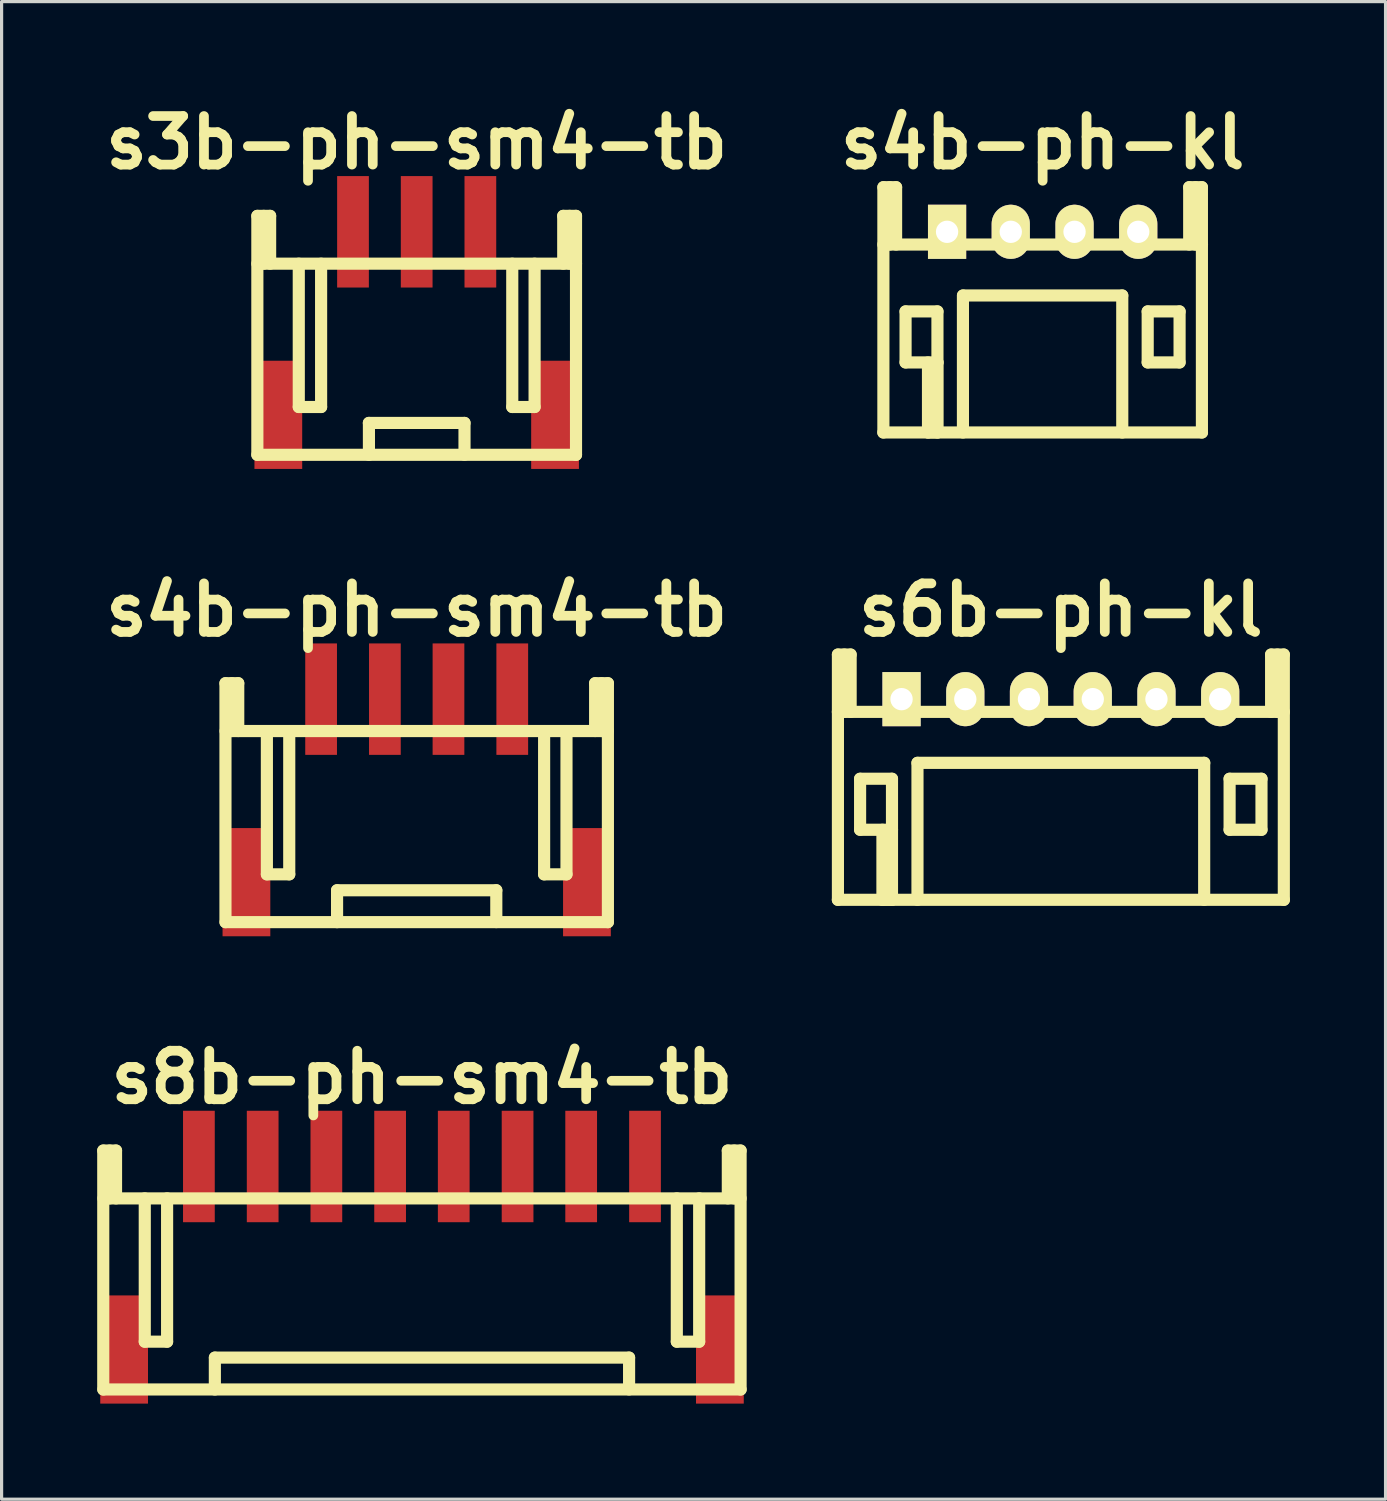
<source format=kicad_pcb>
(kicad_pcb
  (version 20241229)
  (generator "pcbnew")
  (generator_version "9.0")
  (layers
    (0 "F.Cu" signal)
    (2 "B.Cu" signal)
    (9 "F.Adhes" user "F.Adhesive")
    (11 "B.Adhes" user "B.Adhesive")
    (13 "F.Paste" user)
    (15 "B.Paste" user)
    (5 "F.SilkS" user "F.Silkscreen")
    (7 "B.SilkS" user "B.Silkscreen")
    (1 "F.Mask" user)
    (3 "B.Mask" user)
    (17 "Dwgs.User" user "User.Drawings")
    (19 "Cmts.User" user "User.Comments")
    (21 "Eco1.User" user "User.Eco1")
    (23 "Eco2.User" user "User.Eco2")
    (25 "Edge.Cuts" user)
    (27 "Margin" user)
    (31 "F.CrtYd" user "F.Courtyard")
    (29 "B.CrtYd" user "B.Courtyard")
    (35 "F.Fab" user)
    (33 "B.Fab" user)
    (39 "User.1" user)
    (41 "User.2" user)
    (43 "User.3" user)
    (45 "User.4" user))
  (footprint "s3b-ph-sm4-tb"
    (layer "F.Cu")
    (at 10.029 4.226)
    (property "Reference" "s3b-ph-sm4-tb" (at 0 -2.799 0) (layer "F.SilkS") (effects (font (size 1.524 1.524) (thickness 0.305))))
    (attr smd)
    (fp_line (start -5.001 1.001) (end 5.001 1.001) (stroke (width 0.381) (type solid)) (layer "F.SilkS"))
    (fp_line (start -5.001 7) (end -5.001 -0.5) (stroke (width 0.381) (type solid)) (layer "F.SilkS"))
    (fp_line (start -5.001 7) (end 5.001 7) (stroke (width 0.381) (type solid)) (layer "F.SilkS"))
    (fp_line (start -4.801 -0.5) (end -4.801 1.001) (stroke (width 0.381) (type solid)) (layer "F.SilkS"))
    (fp_line (start -4.6 -0.5) (end -5.001 -0.5) (stroke (width 0.381) (type solid)) (layer "F.SilkS"))
    (fp_line (start -4.6 1.001) (end -4.6 -0.5) (stroke (width 0.381) (type solid)) (layer "F.SilkS"))
    (fp_line (start -3.701 5.499) (end -3.701 1.001) (stroke (width 0.381) (type solid)) (layer "F.SilkS"))
    (fp_line (start -3 1.001) (end -3 5.499) (stroke (width 0.381) (type solid)) (layer "F.SilkS"))
    (fp_line (start -3 5.499) (end -3.701 5.499) (stroke (width 0.381) (type solid)) (layer "F.SilkS"))
    (fp_line (start -1.499 7) (end -1.499 5.999) (stroke (width 0.381) (type solid)) (layer "F.SilkS"))
    (fp_line (start 1.501 5.999) (end -1.501 5.999) (stroke (width 0.381) (type solid)) (layer "F.SilkS"))
    (fp_line (start 1.501 5.999) (end 1.501 6.998) (stroke (width 0.381) (type solid)) (layer "F.SilkS"))
    (fp_line (start 3 1.001) (end 3 5.499) (stroke (width 0.381) (type solid)) (layer "F.SilkS"))
    (fp_line (start 3 5.499) (end 3.701 5.499) (stroke (width 0.381) (type solid)) (layer "F.SilkS"))
    (fp_line (start 3.701 5.499) (end 3.701 1.001) (stroke (width 0.381) (type solid)) (layer "F.SilkS"))
    (fp_line (start 4.6 -0.5) (end 4.6 1.001) (stroke (width 0.381) (type solid)) (layer "F.SilkS"))
    (fp_line (start 4.801 1.001) (end 4.801 -0.5) (stroke (width 0.381) (type solid)) (layer "F.SilkS"))
    (fp_line (start 5.001 -0.5) (end 4.6 -0.5) (stroke (width 0.381) (type solid)) (layer "F.SilkS"))
    (fp_line (start 5.001 -0.5) (end 5.001 7) (stroke (width 0.381) (type solid)) (layer "F.SilkS"))
    (pad "" smd rect (at -4.343 5.745) (size 1.499 3.396) (layers "F.Cu" "F.Mask" "F.Paste"))
    (pad "" smd rect (at 4.343 5.745) (size 1.499 3.396) (layers "F.Cu" "F.Mask" "F.Paste"))
    (pad "1" smd rect (at -1.999 0) (size 0.996 3.498) (layers "F.Cu" "F.Mask" "F.Paste"))
    (pad "2" smd rect (at 0 0) (size 0.996 3.498) (layers "F.Cu" "F.Mask" "F.Paste"))
    (pad "3" smd rect (at 1.999 0) (size 0.996 3.498) (layers "F.Cu" "F.Mask" "F.Paste")))
  (footprint "s4b-ph-kl"
    (layer "F.Cu")
    (at 29.677 4.226)
    (property "Reference" "s4b-ph-kl" (at 0 -2.799 0) (layer "F.SilkS") (effects (font (size 1.524 1.524) (thickness 0.305))))
    (attr through_hole)
    (fp_line (start -5.001 0.399) (end 5.001 0.399) (stroke (width 0.381) (type solid)) (layer "F.SilkS"))
    (fp_line (start -5.001 6.299) (end 5.001 6.299) (stroke (width 0.381) (type solid)) (layer "F.SilkS"))
    (fp_line (start -4.999 -1.4) (end -4.999 6.299) (stroke (width 0.381) (type solid)) (layer "F.SilkS"))
    (fp_line (start -4.798 -1.4) (end -4.798 0.399) (stroke (width 0.381) (type solid)) (layer "F.SilkS"))
    (fp_line (start -4.6 -1.4) (end -4.999 -1.4) (stroke (width 0.381) (type solid)) (layer "F.SilkS"))
    (fp_line (start -4.6 0.399) (end -4.6 -1.4) (stroke (width 0.381) (type solid)) (layer "F.SilkS"))
    (fp_line (start -4.303 2.499) (end -3.302 2.499) (stroke (width 0.381) (type solid)) (layer "F.SilkS"))
    (fp_line (start -4.303 4.1) (end -4.303 2.499) (stroke (width 0.381) (type solid)) (layer "F.SilkS"))
    (fp_line (start -3.599 6.299) (end -3.599 4.1) (stroke (width 0.381) (type solid)) (layer "F.SilkS"))
    (fp_line (start -3.302 2.499) (end -3.302 4.1) (stroke (width 0.381) (type solid)) (layer "F.SilkS"))
    (fp_line (start -3.302 4.1) (end -4.303 4.1) (stroke (width 0.381) (type solid)) (layer "F.SilkS"))
    (fp_line (start -3.299 4.1) (end -3.299 6.299) (stroke (width 0.381) (type solid)) (layer "F.SilkS"))
    (fp_line (start -3.299 6.299) (end -3.599 6.299) (stroke (width 0.381) (type solid)) (layer "F.SilkS"))
    (fp_line (start -2.502 1.999) (end -2.502 6.299) (stroke (width 0.381) (type solid)) (layer "F.SilkS"))
    (fp_line (start 2.499 1.999) (end -2.499 1.999) (stroke (width 0.381) (type solid)) (layer "F.SilkS"))
    (fp_line (start 2.499 1.999) (end 2.499 6.299) (stroke (width 0.381) (type solid)) (layer "F.SilkS"))
    (fp_line (start 3.297 2.499) (end 4.298 2.499) (stroke (width 0.381) (type solid)) (layer "F.SilkS"))
    (fp_line (start 3.297 4.1) (end 3.297 2.499) (stroke (width 0.381) (type solid)) (layer "F.SilkS"))
    (fp_line (start 4.298 2.499) (end 4.298 4.1) (stroke (width 0.381) (type solid)) (layer "F.SilkS"))
    (fp_line (start 4.298 4.1) (end 3.297 4.1) (stroke (width 0.381) (type solid)) (layer "F.SilkS"))
    (fp_line (start 4.6 -1.4) (end 4.6 0.399) (stroke (width 0.381) (type solid)) (layer "F.SilkS"))
    (fp_line (start 4.798 -1.4) (end 4.798 0.399) (stroke (width 0.381) (type solid)) (layer "F.SilkS"))
    (fp_line (start 4.999 -1.4) (end 4.6 -1.4) (stroke (width 0.381) (type solid)) (layer "F.SilkS"))
    (fp_line (start 4.999 6.299) (end 4.999 -1.4) (stroke (width 0.381) (type solid)) (layer "F.SilkS"))
    (pad "1" thru_hole rect (at -3 0) (size 1.199 1.699) (drill 0.701) (layers "*.Cu" "*.Mask" "F.SilkS"))
    (pad "2" thru_hole oval (at -1.001 0) (size 1.199 1.699) (drill 0.701) (layers "*.Cu" "*.Mask" "F.SilkS"))
    (pad "3" thru_hole oval (at 1.001 0) (size 1.199 1.699) (drill 0.701) (layers "*.Cu" "*.Mask" "F.SilkS"))
    (pad "4" thru_hole oval (at 3 0) (size 1.199 1.699) (drill 0.701) (layers "*.Cu" "*.Mask" "F.SilkS")))
  (footprint "s8b-ph-sm4-tb"
    (layer "F.Cu")
    (at 10.196 33.564)
    (property "Reference" "s8b-ph-sm4-tb" (at 0 -2.799 0) (layer "F.SilkS") (effects (font (size 1.524 1.524) (thickness 0.305))))
    (attr smd)
    (fp_line (start -10.005 7) (end -10.005 -0.5) (stroke (width 0.381) (type solid)) (layer "F.SilkS"))
    (fp_line (start -10 7) (end 10 7) (stroke (width 0.381) (type solid)) (layer "F.SilkS"))
    (fp_line (start -9.804 -0.5) (end -9.804 1.001) (stroke (width 0.381) (type solid)) (layer "F.SilkS"))
    (fp_line (start -9.604 -0.5) (end -10.005 -0.5) (stroke (width 0.381) (type solid)) (layer "F.SilkS"))
    (fp_line (start -9.604 1.001) (end -9.604 -0.5) (stroke (width 0.381) (type solid)) (layer "F.SilkS"))
    (fp_line (start -8.702 5.499) (end -8.702 1.001) (stroke (width 0.381) (type solid)) (layer "F.SilkS"))
    (fp_line (start -8.001 1.001) (end -8.001 5.499) (stroke (width 0.381) (type solid)) (layer "F.SilkS"))
    (fp_line (start -8.001 5.499) (end -8.702 5.499) (stroke (width 0.381) (type solid)) (layer "F.SilkS"))
    (fp_line (start -6.502 7) (end -6.502 5.999) (stroke (width 0.381) (type solid)) (layer "F.SilkS"))
    (fp_line (start 6.5 5.999) (end -6.5 5.999) (stroke (width 0.381) (type solid)) (layer "F.SilkS"))
    (fp_line (start 6.5 5.999) (end 6.5 6.998) (stroke (width 0.381) (type solid)) (layer "F.SilkS"))
    (fp_line (start 7.998 1.001) (end 7.998 5.499) (stroke (width 0.381) (type solid)) (layer "F.SilkS"))
    (fp_line (start 7.998 5.499) (end 8.7 5.499) (stroke (width 0.381) (type solid)) (layer "F.SilkS"))
    (fp_line (start 8.7 5.499) (end 8.7 1.001) (stroke (width 0.381) (type solid)) (layer "F.SilkS"))
    (fp_line (start 9.599 -0.5) (end 9.599 1.001) (stroke (width 0.381) (type solid)) (layer "F.SilkS"))
    (fp_line (start 9.799 1.001) (end 9.799 -0.5) (stroke (width 0.381) (type solid)) (layer "F.SilkS"))
    (fp_line (start 10 -0.5) (end 9.599 -0.5) (stroke (width 0.381) (type solid)) (layer "F.SilkS"))
    (fp_line (start 10 -0.5) (end 10 7) (stroke (width 0.381) (type solid)) (layer "F.SilkS"))
    (fp_line (start 10 1.001) (end -10 1.001) (stroke (width 0.381) (type solid)) (layer "F.SilkS"))
    (pad "" smd rect (at -9.35 5.745) (size 1.499 3.396) (layers "F.Cu" "F.Mask" "F.Paste"))
    (pad "" smd rect (at 9.35 5.745) (size 1.499 3.396) (layers "F.Cu" "F.Mask" "F.Paste"))
    (pad "1" smd rect (at -7.003 0) (size 0.996 3.498) (layers "F.Cu" "F.Mask" "F.Paste"))
    (pad "2" smd rect (at -5.001 0) (size 0.996 3.498) (layers "F.Cu" "F.Mask" "F.Paste"))
    (pad "3" smd rect (at -3.002 0) (size 0.996 3.498) (layers "F.Cu" "F.Mask" "F.Paste"))
    (pad "4" smd rect (at -1.001 0) (size 0.996 3.498) (layers "F.Cu" "F.Mask" "F.Paste"))
    (pad "5" smd rect (at 0.996 0) (size 0.996 3.498) (layers "F.Cu" "F.Mask" "F.Paste"))
    (pad "6" smd rect (at 3 0) (size 0.996 3.498) (layers "F.Cu" "F.Mask" "F.Paste"))
    (pad "7" smd rect (at 4.996 0) (size 0.996 3.498) (layers "F.Cu" "F.Mask" "F.Paste"))
    (pad "8" smd rect (at 7 0) (size 0.996 3.498) (layers "F.Cu" "F.Mask" "F.Paste")))
  (footprint "s6b-ph-kl"
    (layer "F.Cu")
    (at 30.249 18.895)
    (property "Reference" "s6b-ph-kl" (at 0 -2.799 0) (layer "F.SilkS") (effects (font (size 1.524 1.524) (thickness 0.305))))
    (attr through_hole)
    (fp_line (start -7 6.299) (end 7 6.299) (stroke (width 0.381) (type solid)) (layer "F.SilkS"))
    (fp_line (start -6.998 -1.4) (end -6.998 6.299) (stroke (width 0.381) (type solid)) (layer "F.SilkS"))
    (fp_line (start -6.797 -1.4) (end -6.797 0.399) (stroke (width 0.381) (type solid)) (layer "F.SilkS"))
    (fp_line (start -6.599 -1.4) (end -6.998 -1.4) (stroke (width 0.381) (type solid)) (layer "F.SilkS"))
    (fp_line (start -6.599 0.399) (end -6.599 -1.4) (stroke (width 0.381) (type solid)) (layer "F.SilkS"))
    (fp_line (start -6.302 2.499) (end -5.301 2.499) (stroke (width 0.381) (type solid)) (layer "F.SilkS"))
    (fp_line (start -6.302 4.1) (end -6.302 2.499) (stroke (width 0.381) (type solid)) (layer "F.SilkS"))
    (fp_line (start -5.601 6.299) (end -5.601 4.1) (stroke (width 0.381) (type solid)) (layer "F.SilkS"))
    (fp_line (start -5.301 2.499) (end -5.301 4.1) (stroke (width 0.381) (type solid)) (layer "F.SilkS"))
    (fp_line (start -5.301 4.1) (end -6.302 4.1) (stroke (width 0.381) (type solid)) (layer "F.SilkS"))
    (fp_line (start -5.301 4.1) (end -5.301 6.299) (stroke (width 0.381) (type solid)) (layer "F.SilkS"))
    (fp_line (start -5.301 6.299) (end -5.601 6.299) (stroke (width 0.381) (type solid)) (layer "F.SilkS"))
    (fp_line (start -4.501 1.999) (end -4.501 6.299) (stroke (width 0.381) (type solid)) (layer "F.SilkS"))
    (fp_line (start -4.501 1.999) (end 4.501 1.999) (stroke (width 0.381) (type solid)) (layer "F.SilkS"))
    (fp_line (start 4.498 1.999) (end 4.498 6.299) (stroke (width 0.381) (type solid)) (layer "F.SilkS"))
    (fp_line (start 5.296 2.499) (end 6.297 2.499) (stroke (width 0.381) (type solid)) (layer "F.SilkS"))
    (fp_line (start 5.296 4.1) (end 5.296 2.499) (stroke (width 0.381) (type solid)) (layer "F.SilkS"))
    (fp_line (start 6.297 2.499) (end 6.297 4.1) (stroke (width 0.381) (type solid)) (layer "F.SilkS"))
    (fp_line (start 6.297 4.1) (end 5.296 4.1) (stroke (width 0.381) (type solid)) (layer "F.SilkS"))
    (fp_line (start 6.599 -1.4) (end 6.599 0.399) (stroke (width 0.381) (type solid)) (layer "F.SilkS"))
    (fp_line (start 6.797 -1.4) (end 6.797 0.399) (stroke (width 0.381) (type solid)) (layer "F.SilkS"))
    (fp_line (start 6.998 -1.4) (end 6.599 -1.4) (stroke (width 0.381) (type solid)) (layer "F.SilkS"))
    (fp_line (start 6.998 6.299) (end 6.998 -1.4) (stroke (width 0.381) (type solid)) (layer "F.SilkS"))
    (fp_line (start 7 0.399) (end -7 0.399) (stroke (width 0.381) (type solid)) (layer "F.SilkS"))
    (pad "1" thru_hole rect (at -5.001 0) (size 1.199 1.699) (drill 0.701) (layers "*.Cu" "*.Mask" "F.SilkS"))
    (pad "2" thru_hole oval (at -3 0) (size 1.199 1.699) (drill 0.701) (layers "*.Cu" "*.Mask" "F.SilkS"))
    (pad "3" thru_hole oval (at -1.001 0) (size 1.199 1.699) (drill 0.701) (layers "*.Cu" "*.Mask" "F.SilkS"))
    (pad "4" thru_hole oval (at 1.001 0) (size 1.199 1.699) (drill 0.701) (layers "*.Cu" "*.Mask" "F.SilkS"))
    (pad "5" thru_hole oval (at 3 0) (size 1.199 1.699) (drill 0.701) (layers "*.Cu" "*.Mask" "F.SilkS"))
    (pad "6" thru_hole oval (at 5.001 0) (size 1.199 1.699) (drill 0.701) (layers "*.Cu" "*.Mask" "F.SilkS")))
  (footprint "s4b-ph-sm4-tb"
    (layer "F.Cu")
    (at 10.029 18.895)
    (property "Reference" "s4b-ph-sm4-tb" (at 0 -2.799 0) (layer "F.SilkS") (effects (font (size 1.524 1.524) (thickness 0.305))))
    (attr smd)
    (fp_line (start -6.002 7) (end -6.002 -0.5) (stroke (width 0.381) (type solid)) (layer "F.SilkS"))
    (fp_line (start -5.999 1.001) (end 5.999 1.001) (stroke (width 0.381) (type solid)) (layer "F.SilkS"))
    (fp_line (start -5.801 -0.5) (end -5.801 1.001) (stroke (width 0.381) (type solid)) (layer "F.SilkS"))
    (fp_line (start -5.601 -0.5) (end -6.002 -0.5) (stroke (width 0.381) (type solid)) (layer "F.SilkS"))
    (fp_line (start -5.601 1.001) (end -5.601 -0.5) (stroke (width 0.381) (type solid)) (layer "F.SilkS"))
    (fp_line (start -4.702 5.499) (end -4.702 1.001) (stroke (width 0.381) (type solid)) (layer "F.SilkS"))
    (fp_line (start -4 1.001) (end -4 5.499) (stroke (width 0.381) (type solid)) (layer "F.SilkS"))
    (fp_line (start -4 5.499) (end -4.702 5.499) (stroke (width 0.381) (type solid)) (layer "F.SilkS"))
    (fp_line (start -2.499 7) (end -2.499 5.999) (stroke (width 0.381) (type solid)) (layer "F.SilkS"))
    (fp_line (start 2.499 5.999) (end -2.499 5.999) (stroke (width 0.381) (type solid)) (layer "F.SilkS"))
    (fp_line (start 2.499 5.999) (end 2.499 6.998) (stroke (width 0.381) (type solid)) (layer "F.SilkS"))
    (fp_line (start 4 1.001) (end 4 5.499) (stroke (width 0.381) (type solid)) (layer "F.SilkS"))
    (fp_line (start 4 5.499) (end 4.702 5.499) (stroke (width 0.381) (type solid)) (layer "F.SilkS"))
    (fp_line (start 4.702 5.499) (end 4.702 1.001) (stroke (width 0.381) (type solid)) (layer "F.SilkS"))
    (fp_line (start 5.601 -0.5) (end 5.601 1.001) (stroke (width 0.381) (type solid)) (layer "F.SilkS"))
    (fp_line (start 5.801 1.001) (end 5.801 -0.5) (stroke (width 0.381) (type solid)) (layer "F.SilkS"))
    (fp_line (start 5.999 7) (end -5.999 7) (stroke (width 0.381) (type solid)) (layer "F.SilkS"))
    (fp_line (start 6.002 -0.5) (end 5.601 -0.5) (stroke (width 0.381) (type solid)) (layer "F.SilkS"))
    (fp_line (start 6.002 -0.5) (end 6.002 7) (stroke (width 0.381) (type solid)) (layer "F.SilkS"))
    (pad "" smd rect (at -5.344 5.745) (size 1.499 3.396) (layers "F.Cu" "F.Mask" "F.Paste"))
    (pad "" smd rect (at 5.344 5.745) (size 1.499 3.396) (layers "F.Cu" "F.Mask" "F.Paste"))
    (pad "1" smd rect (at -3 0) (size 0.996 3.498) (layers "F.Cu" "F.Mask" "F.Paste"))
    (pad "2" smd rect (at -0.998 0) (size 0.996 3.498) (layers "F.Cu" "F.Mask" "F.Paste"))
    (pad "3" smd rect (at 0.998 0) (size 0.996 3.498) (layers "F.Cu" "F.Mask" "F.Paste"))
    (pad "4" smd rect (at 3 0) (size 0.996 3.498) (layers "F.Cu" "F.Mask" "F.Paste")))
  (gr_rect
    (start -3 -3)
    (end 40.44 44.007)
    (stroke (width 0.1) (type default))
    (fill no)
    (layer "Edge.Cuts")))
</source>
